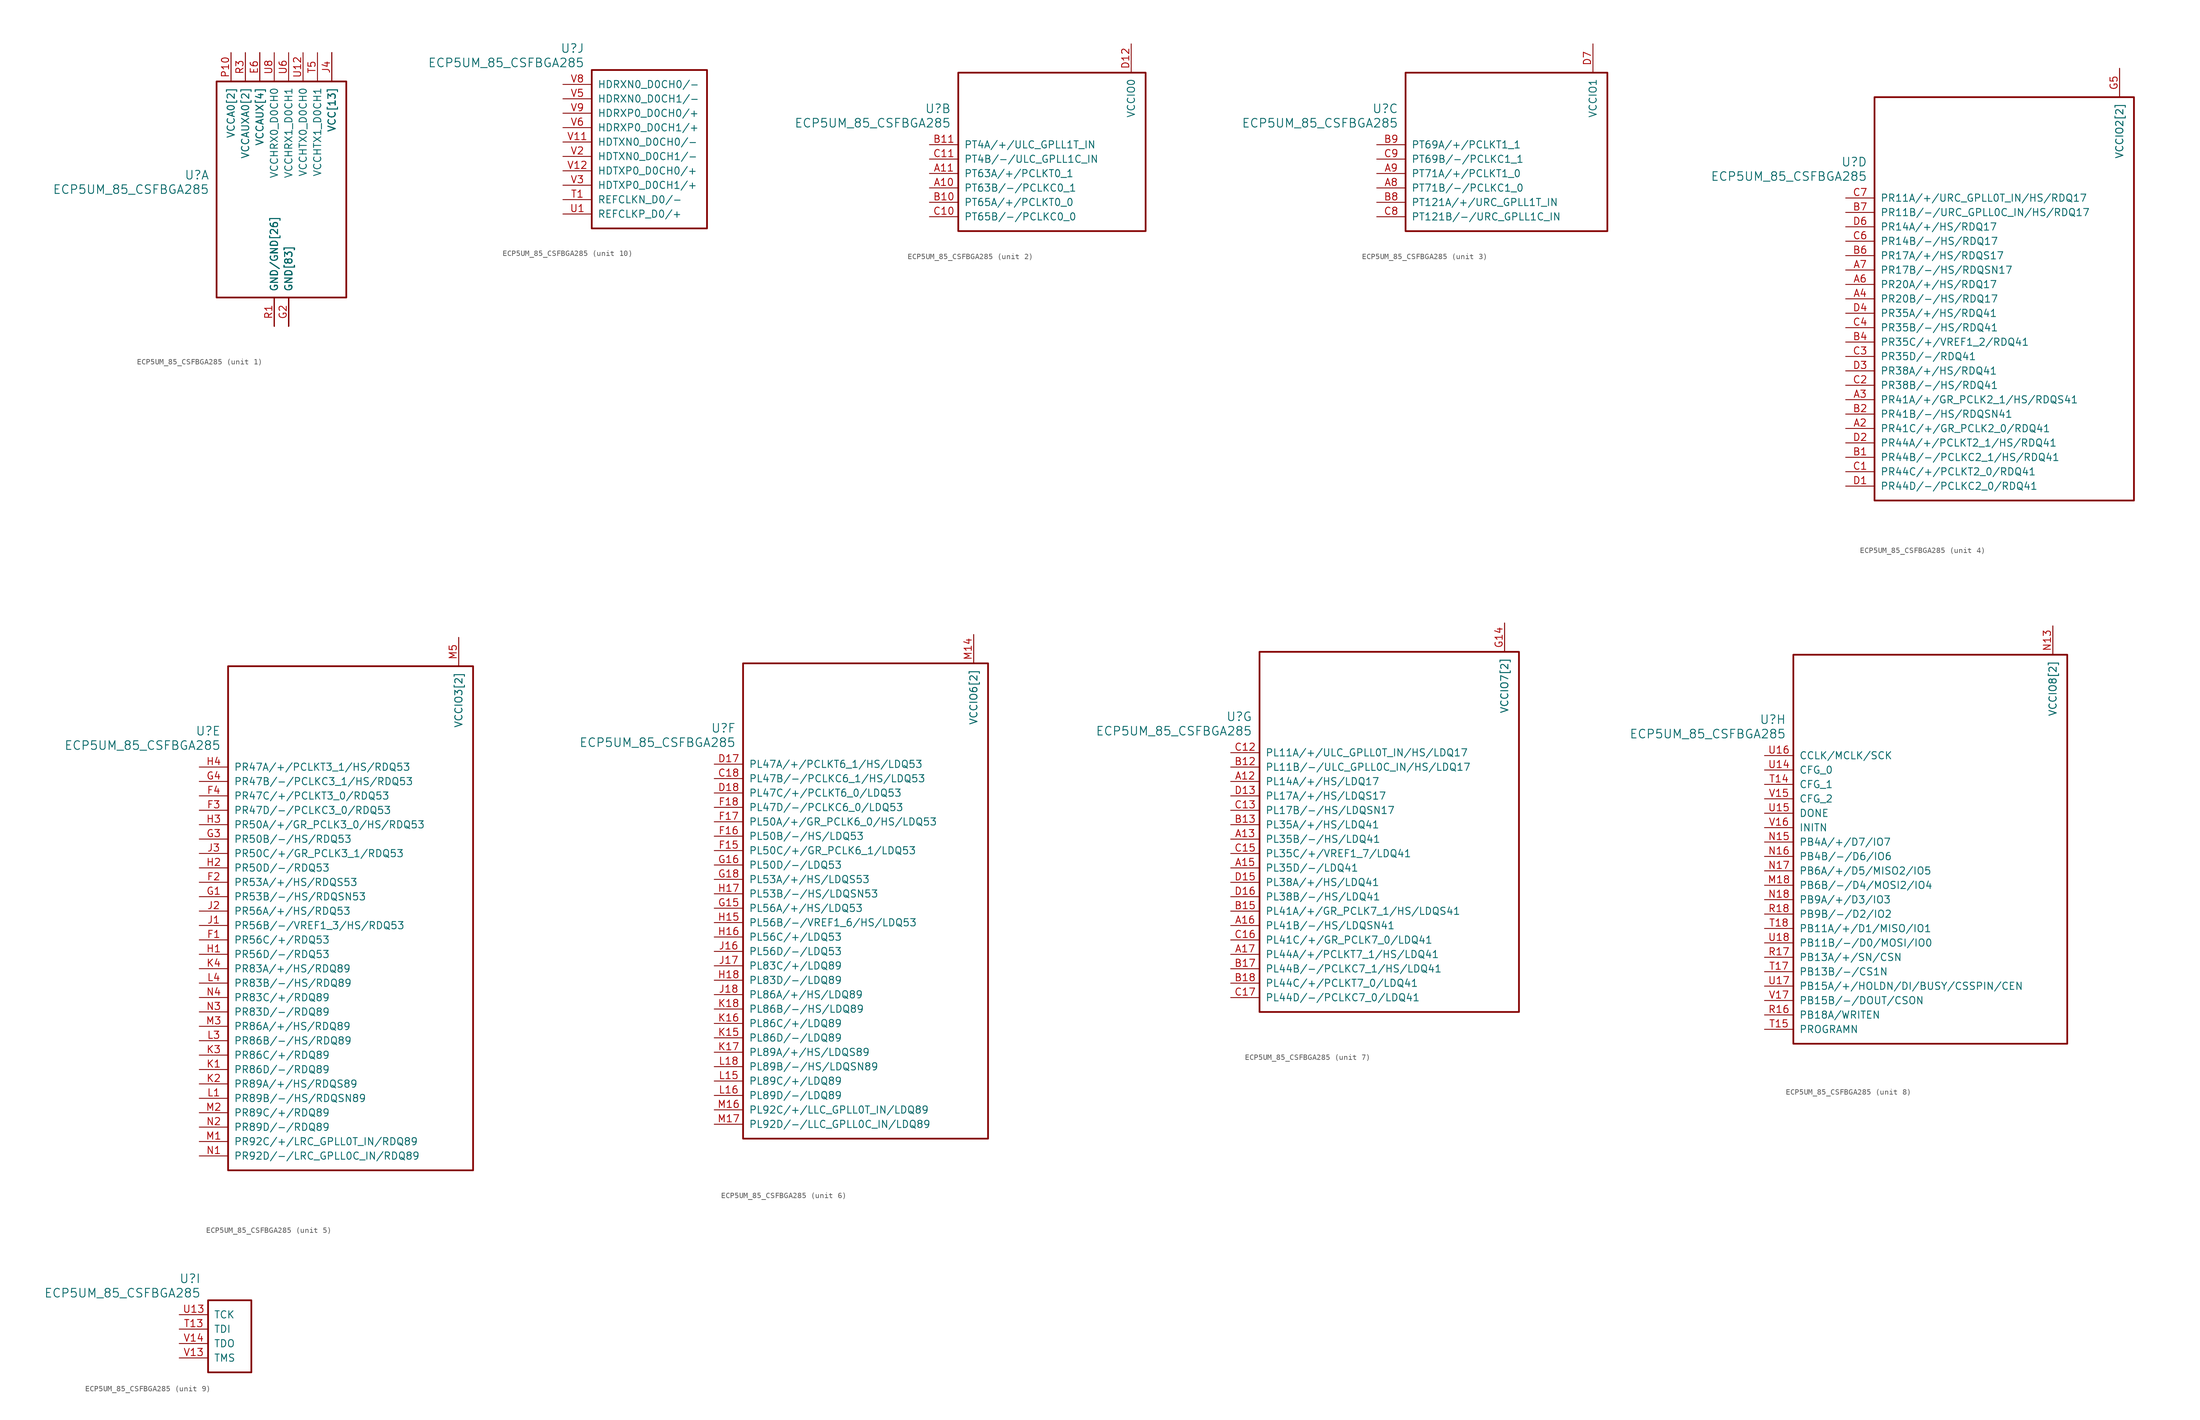
<source format=kicad_sym>
(kicad_symbol_lib
  (version 20231120)
  (generator "kicad_symbol_editor")
  (generator_version "8.0")
  (symbol "ECP5UM_85_CSFBGA285"
    (pin_names
      (offset 1.016))
    (property "Reference" "U"
      (at 3.81 6.35 0)
      (effects (font (size 1.524 1.524)) (justify right)))
    (property "Value" "ECP5UM_85_CSFBGA285"
      (at 3.81 3.81 0)
      (effects (font (size 1.524 1.524)) (justify right)))
    (property "ki_locked" ""
      (at 0 0 0)
      (effects (font (size 1.27 1.27))))
    (symbol "ECP5UM_85_CSFBGA285_1_1"
      (rectangle (start 5.08 22.86) (end 27.94 -15.24) (stroke (width 0.305) (type default)) (fill (type none)))
      (pin power_in line (at 17.78 -20.32 90) (length 5.08) (name "GND[83]" (effects (font (size 1.27 1.27)))) (number "B16" (effects (font (size 0 0)))))
      (pin power_in line (at 17.78 -20.32 90) (length 5.08) (name "GND[83]" (effects (font (size 1.27 1.27)))) (number "B3" (effects (font (size 0 0)))))
      (pin power_in line (at 25.4 27.94 270) (length 5.08) (name "VCC[13]" (effects (font (size 1.27 1.27)))) (number "D10" (effects (font (size 0 0)))))
      (pin power_in line (at 25.4 27.94 270) (length 5.08) (name "VCC[13]" (effects (font (size 1.27 1.27)))) (number "D11" (effects (font (size 0 0)))))
      (pin power_in line (at 25.4 27.94 270) (length 5.08) (name "VCC[13]" (effects (font (size 1.27 1.27)))) (number "D8" (effects (font (size 0 0)))))
      (pin power_in line (at 25.4 27.94 270) (length 5.08) (name "VCC[13]" (effects (font (size 1.27 1.27)))) (number "D9" (effects (font (size 0 0)))))
      (pin power_in line (at 17.78 -20.32 90) (length 5.08) (name "GND[83]" (effects (font (size 1.27 1.27)))) (number "E10" (effects (font (size 0 0)))))
      (pin power_in line (at 17.78 -20.32 90) (length 5.08) (name "GND[83]" (effects (font (size 1.27 1.27)))) (number "E11" (effects (font (size 0 0)))))
      (pin power_in line (at 17.78 -20.32 90) (length 5.08) (name "GND[83]" (effects (font (size 1.27 1.27)))) (number "E12" (effects (font (size 0 0)))))
      (pin power_in line (at 12.7 27.94 270) (length 5.08) (name "VCCAUX[4]" (effects (font (size 1.27 1.27)))) (number "E13" (effects (font (size 0 0)))))
      (pin power_in line (at 17.78 -20.32 90) (length 5.08) (name "GND[83]" (effects (font (size 1.27 1.27)))) (number "E14" (effects (font (size 0 0)))))
      (pin power_in line (at 17.78 -20.32 90) (length 5.08) (name "GND[83]" (effects (font (size 1.27 1.27)))) (number "E5" (effects (font (size 0 0)))))
      (pin power_in line (at 12.7 27.94 270) (length 5.08) (name "VCCAUX[4]" (effects (font (size 1.27 1.27)))) (number "E6" (effects (font (size 1.27 1.27)))))
      (pin power_in line (at 17.78 -20.32 90) (length 5.08) (name "GND[83]" (effects (font (size 1.27 1.27)))) (number "E7" (effects (font (size 0 0)))))
      (pin power_in line (at 17.78 -20.32 90) (length 5.08) (name "GND[83]" (effects (font (size 1.27 1.27)))) (number "E8" (effects (font (size 0 0)))))
      (pin power_in line (at 17.78 -20.32 90) (length 5.08) (name "GND[83]" (effects (font (size 1.27 1.27)))) (number "E9" (effects (font (size 0 0)))))
      (pin power_in line (at 17.78 -20.32 90) (length 5.08) (name "GND[83]" (effects (font (size 1.27 1.27)))) (number "F10" (effects (font (size 0 0)))))
      (pin power_in line (at 17.78 -20.32 90) (length 5.08) (name "GND[83]" (effects (font (size 1.27 1.27)))) (number "F11" (effects (font (size 0 0)))))
      (pin power_in line (at 17.78 -20.32 90) (length 5.08) (name "GND[83]" (effects (font (size 1.27 1.27)))) (number "F12" (effects (font (size 0 0)))))
      (pin power_in line (at 17.78 -20.32 90) (length 5.08) (name "GND[83]" (effects (font (size 1.27 1.27)))) (number "F13" (effects (font (size 0 0)))))
      (pin power_in line (at 17.78 -20.32 90) (length 5.08) (name "GND[83]" (effects (font (size 1.27 1.27)))) (number "F14" (effects (font (size 0 0)))))
      (pin power_in line (at 17.78 -20.32 90) (length 5.08) (name "GND[83]" (effects (font (size 1.27 1.27)))) (number "F5" (effects (font (size 0 0)))))
      (pin power_in line (at 17.78 -20.32 90) (length 5.08) (name "GND[83]" (effects (font (size 1.27 1.27)))) (number "F6" (effects (font (size 0 0)))))
      (pin power_in line (at 17.78 -20.32 90) (length 5.08) (name "GND[83]" (effects (font (size 1.27 1.27)))) (number "F7" (effects (font (size 0 0)))))
      (pin power_in line (at 17.78 -20.32 90) (length 5.08) (name "GND[83]" (effects (font (size 1.27 1.27)))) (number "F8" (effects (font (size 0 0)))))
      (pin power_in line (at 17.78 -20.32 90) (length 5.08) (name "GND[83]" (effects (font (size 1.27 1.27)))) (number "F9" (effects (font (size 0 0)))))
      (pin power_in line (at 17.78 -20.32 90) (length 5.08) (name "GND[83]" (effects (font (size 1.27 1.27)))) (number "G10" (effects (font (size 0 0)))))
      (pin power_in line (at 17.78 -20.32 90) (length 5.08) (name "GND[83]" (effects (font (size 1.27 1.27)))) (number "G11" (effects (font (size 0 0)))))
      (pin power_in line (at 17.78 -20.32 90) (length 5.08) (name "GND[83]" (effects (font (size 1.27 1.27)))) (number "G12" (effects (font (size 0 0)))))
      (pin power_in line (at 17.78 -20.32 90) (length 5.08) (name "GND[83]" (effects (font (size 1.27 1.27)))) (number "G13" (effects (font (size 0 0)))))
      (pin power_in line (at 17.78 -20.32 90) (length 5.08) (name "GND[83]" (effects (font (size 1.27 1.27)))) (number "G17" (effects (font (size 0 0)))))
      (pin power_in line (at 17.78 -20.32 90) (length 5.08) (name "GND[83]" (effects (font (size 1.27 1.27)))) (number "G2" (effects (font (size 1.27 1.27)))))
      (pin power_in line (at 17.78 -20.32 90) (length 5.08) (name "GND[83]" (effects (font (size 1.27 1.27)))) (number "G6" (effects (font (size 0 0)))))
      (pin power_in line (at 17.78 -20.32 90) (length 5.08) (name "GND[83]" (effects (font (size 1.27 1.27)))) (number "G7" (effects (font (size 0 0)))))
      (pin power_in line (at 17.78 -20.32 90) (length 5.08) (name "GND[83]" (effects (font (size 1.27 1.27)))) (number "G8" (effects (font (size 0 0)))))
      (pin power_in line (at 17.78 -20.32 90) (length 5.08) (name "GND[83]" (effects (font (size 1.27 1.27)))) (number "G9" (effects (font (size 0 0)))))
      (pin power_in line (at 17.78 -20.32 90) (length 5.08) (name "GND[83]" (effects (font (size 1.27 1.27)))) (number "H10" (effects (font (size 0 0)))))
      (pin power_in line (at 17.78 -20.32 90) (length 5.08) (name "GND[83]" (effects (font (size 1.27 1.27)))) (number "H11" (effects (font (size 0 0)))))
      (pin power_in line (at 17.78 -20.32 90) (length 5.08) (name "GND[83]" (effects (font (size 1.27 1.27)))) (number "H12" (effects (font (size 0 0)))))
      (pin power_in line (at 17.78 -20.32 90) (length 5.08) (name "GND[83]" (effects (font (size 1.27 1.27)))) (number "H13" (effects (font (size 0 0)))))
      (pin power_in line (at 17.78 -20.32 90) (length 5.08) (name "GND[83]" (effects (font (size 1.27 1.27)))) (number "H6" (effects (font (size 0 0)))))
      (pin power_in line (at 17.78 -20.32 90) (length 5.08) (name "GND[83]" (effects (font (size 1.27 1.27)))) (number "H7" (effects (font (size 0 0)))))
      (pin power_in line (at 17.78 -20.32 90) (length 5.08) (name "GND[83]" (effects (font (size 1.27 1.27)))) (number "H8" (effects (font (size 0 0)))))
      (pin power_in line (at 17.78 -20.32 90) (length 5.08) (name "GND[83]" (effects (font (size 1.27 1.27)))) (number "H9" (effects (font (size 0 0)))))
      (pin power_in line (at 17.78 -20.32 90) (length 5.08) (name "GND[83]" (effects (font (size 1.27 1.27)))) (number "J10" (effects (font (size 0 0)))))
      (pin power_in line (at 17.78 -20.32 90) (length 5.08) (name "GND[83]" (effects (font (size 1.27 1.27)))) (number "J11" (effects (font (size 0 0)))))
      (pin power_in line (at 17.78 -20.32 90) (length 5.08) (name "GND[83]" (effects (font (size 1.27 1.27)))) (number "J12" (effects (font (size 0 0)))))
      (pin power_in line (at 17.78 -20.32 90) (length 5.08) (name "GND[83]" (effects (font (size 1.27 1.27)))) (number "J13" (effects (font (size 0 0)))))
      (pin power_in line (at 25.4 27.94 270) (length 5.08) (name "VCC[13]" (effects (font (size 1.27 1.27)))) (number "J14" (effects (font (size 0 0)))))
      (pin power_in line (at 25.4 27.94 270) (length 5.08) (name "VCC[13]" (effects (font (size 1.27 1.27)))) (number "J15" (effects (font (size 0 0)))))
      (pin power_in line (at 25.4 27.94 270) (length 5.08) (name "VCC[13]" (effects (font (size 1.27 1.27)))) (number "J4" (effects (font (size 1.27 1.27)))))
      (pin power_in line (at 25.4 27.94 270) (length 5.08) (name "VCC[13]" (effects (font (size 1.27 1.27)))) (number "J5" (effects (font (size 0 0)))))
      (pin power_in line (at 17.78 -20.32 90) (length 5.08) (name "GND[83]" (effects (font (size 1.27 1.27)))) (number "J6" (effects (font (size 0 0)))))
      (pin power_in line (at 17.78 -20.32 90) (length 5.08) (name "GND[83]" (effects (font (size 1.27 1.27)))) (number "J7" (effects (font (size 0 0)))))
      (pin power_in line (at 17.78 -20.32 90) (length 5.08) (name "GND[83]" (effects (font (size 1.27 1.27)))) (number "J8" (effects (font (size 0 0)))))
      (pin power_in line (at 17.78 -20.32 90) (length 5.08) (name "GND[83]" (effects (font (size 1.27 1.27)))) (number "J9" (effects (font (size 0 0)))))
      (pin power_in line (at 17.78 -20.32 90) (length 5.08) (name "GND[83]" (effects (font (size 1.27 1.27)))) (number "K10" (effects (font (size 0 0)))))
      (pin power_in line (at 17.78 -20.32 90) (length 5.08) (name "GND[83]" (effects (font (size 1.27 1.27)))) (number "K11" (effects (font (size 0 0)))))
      (pin power_in line (at 17.78 -20.32 90) (length 5.08) (name "GND[83]" (effects (font (size 1.27 1.27)))) (number "K12" (effects (font (size 0 0)))))
      (pin power_in line (at 17.78 -20.32 90) (length 5.08) (name "GND[83]" (effects (font (size 1.27 1.27)))) (number "K13" (effects (font (size 0 0)))))
      (pin power_in line (at 17.78 -20.32 90) (length 5.08) (name "GND[83]" (effects (font (size 1.27 1.27)))) (number "K14" (effects (font (size 0 0)))))
      (pin power_in line (at 17.78 -20.32 90) (length 5.08) (name "GND[83]" (effects (font (size 1.27 1.27)))) (number "K5" (effects (font (size 0 0)))))
      (pin power_in line (at 17.78 -20.32 90) (length 5.08) (name "GND[83]" (effects (font (size 1.27 1.27)))) (number "K6" (effects (font (size 0 0)))))
      (pin power_in line (at 17.78 -20.32 90) (length 5.08) (name "GND[83]" (effects (font (size 1.27 1.27)))) (number "K7" (effects (font (size 0 0)))))
      (pin power_in line (at 17.78 -20.32 90) (length 5.08) (name "GND[83]" (effects (font (size 1.27 1.27)))) (number "K8" (effects (font (size 0 0)))))
      (pin power_in line (at 17.78 -20.32 90) (length 5.08) (name "GND[83]" (effects (font (size 1.27 1.27)))) (number "K9" (effects (font (size 0 0)))))
      (pin power_in line (at 17.78 -20.32 90) (length 5.08) (name "GND[83]" (effects (font (size 1.27 1.27)))) (number "L10" (effects (font (size 0 0)))))
      (pin power_in line (at 17.78 -20.32 90) (length 5.08) (name "GND[83]" (effects (font (size 1.27 1.27)))) (number "L11" (effects (font (size 0 0)))))
      (pin power_in line (at 17.78 -20.32 90) (length 5.08) (name "GND[83]" (effects (font (size 1.27 1.27)))) (number "L12" (effects (font (size 0 0)))))
      (pin power_in line (at 17.78 -20.32 90) (length 5.08) (name "GND[83]" (effects (font (size 1.27 1.27)))) (number "L13" (effects (font (size 0 0)))))
      (pin power_in line (at 17.78 -20.32 90) (length 5.08) (name "GND[83]" (effects (font (size 1.27 1.27)))) (number "L14" (effects (font (size 0 0)))))
      (pin power_in line (at 17.78 -20.32 90) (length 5.08) (name "GND[83]" (effects (font (size 1.27 1.27)))) (number "L17" (effects (font (size 0 0)))))
      (pin power_in line (at 17.78 -20.32 90) (length 5.08) (name "GND[83]" (effects (font (size 1.27 1.27)))) (number "L2" (effects (font (size 0 0)))))
      (pin power_in line (at 17.78 -20.32 90) (length 5.08) (name "GND[83]" (effects (font (size 1.27 1.27)))) (number "L5" (effects (font (size 0 0)))))
      (pin power_in line (at 17.78 -20.32 90) (length 5.08) (name "GND[83]" (effects (font (size 1.27 1.27)))) (number "L6" (effects (font (size 0 0)))))
      (pin power_in line (at 17.78 -20.32 90) (length 5.08) (name "GND[83]" (effects (font (size 1.27 1.27)))) (number "L7" (effects (font (size 0 0)))))
      (pin power_in line (at 17.78 -20.32 90) (length 5.08) (name "GND[83]" (effects (font (size 1.27 1.27)))) (number "L8" (effects (font (size 0 0)))))
      (pin power_in line (at 17.78 -20.32 90) (length 5.08) (name "GND[83]" (effects (font (size 1.27 1.27)))) (number "L9" (effects (font (size 0 0)))))
      (pin power_in line (at 17.78 -20.32 90) (length 5.08) (name "GND[83]" (effects (font (size 1.27 1.27)))) (number "M10" (effects (font (size 0 0)))))
      (pin power_in line (at 17.78 -20.32 90) (length 5.08) (name "GND[83]" (effects (font (size 1.27 1.27)))) (number "M11" (effects (font (size 0 0)))))
      (pin power_in line (at 17.78 -20.32 90) (length 5.08) (name "GND[83]" (effects (font (size 1.27 1.27)))) (number "M12" (effects (font (size 0 0)))))
      (pin power_in line (at 17.78 -20.32 90) (length 5.08) (name "GND[83]" (effects (font (size 1.27 1.27)))) (number "M13" (effects (font (size 0 0)))))
      (pin power_in line (at 25.4 27.94 270) (length 5.08) (name "VCC[13]" (effects (font (size 1.27 1.27)))) (number "M15" (effects (font (size 0 0)))))
      (pin power_in line (at 25.4 27.94 270) (length 5.08) (name "VCC[13]" (effects (font (size 1.27 1.27)))) (number "M4" (effects (font (size 0 0)))))
      (pin power_in line (at 17.78 -20.32 90) (length 5.08) (name "GND[83]" (effects (font (size 1.27 1.27)))) (number "M6" (effects (font (size 0 0)))))
      (pin power_in line (at 17.78 -20.32 90) (length 5.08) (name "GND[83]" (effects (font (size 1.27 1.27)))) (number "M7" (effects (font (size 0 0)))))
      (pin power_in line (at 17.78 -20.32 90) (length 5.08) (name "GND[83]" (effects (font (size 1.27 1.27)))) (number "M8" (effects (font (size 0 0)))))
      (pin power_in line (at 17.78 -20.32 90) (length 5.08) (name "GND[83]" (effects (font (size 1.27 1.27)))) (number "M9" (effects (font (size 0 0)))))
      (pin power_in line (at 17.78 -20.32 90) (length 5.08) (name "GND[83]" (effects (font (size 1.27 1.27)))) (number "N10" (effects (font (size 0 0)))))
      (pin power_in line (at 17.78 -20.32 90) (length 5.08) (name "GND[83]" (effects (font (size 1.27 1.27)))) (number "N11" (effects (font (size 0 0)))))
      (pin power_in line (at 17.78 -20.32 90) (length 5.08) (name "GND[83]" (effects (font (size 1.27 1.27)))) (number "N12" (effects (font (size 0 0)))))
      (pin power_in line (at 12.7 27.94 270) (length 5.08) (name "VCCAUX[4]" (effects (font (size 1.27 1.27)))) (number "N6" (effects (font (size 0 0)))))
      (pin power_in line (at 17.78 -20.32 90) (length 5.08) (name "GND[83]" (effects (font (size 1.27 1.27)))) (number "N7" (effects (font (size 0 0)))))
      (pin power_in line (at 17.78 -20.32 90) (length 5.08) (name "GND[83]" (effects (font (size 1.27 1.27)))) (number "N8" (effects (font (size 0 0)))))
      (pin power_in line (at 17.78 -20.32 90) (length 5.08) (name "GND[83]" (effects (font (size 1.27 1.27)))) (number "N9" (effects (font (size 0 0)))))
      (pin power_in line (at 7.62 27.94 270) (length 5.08) (name "VCCA0[2]" (effects (font (size 1.27 1.27)))) (number "P10" (effects (font (size 1.27 1.27)))))
      (pin power_in line (at 25.4 27.94 270) (length 5.08) (name "VCC[13]" (effects (font (size 1.27 1.27)))) (number "P11" (effects (font (size 0 0)))))
      (pin power_in line (at 15.24 -20.32 90) (length 5.08) (name "GND/GND[26]" (effects (font (size 1.27 1.27)))) (number "P12" (effects (font (size 0 0)))))
      (pin power_in line (at 12.7 27.94 270) (length 5.08) (name "VCCAUX[4]" (effects (font (size 1.27 1.27)))) (number "P13" (effects (font (size 0 0)))))
      (pin power_in line (at 10.16 27.94 270) (length 5.08) (name "VCCAUXA0[2]" (effects (font (size 1.27 1.27)))) (number "P5" (effects (font (size 0 0)))))
      (pin power_in line (at 15.24 -20.32 90) (length 5.08) (name "GND/GND[26]" (effects (font (size 1.27 1.27)))) (number "P6" (effects (font (size 0 0)))))
      (pin power_in line (at 25.4 27.94 270) (length 5.08) (name "VCC[13]" (effects (font (size 1.27 1.27)))) (number "P7" (effects (font (size 0 0)))))
      (pin power_in line (at 15.24 -20.32 90) (length 5.08) (name "GND/GND[26]" (effects (font (size 1.27 1.27)))) (number "P8" (effects (font (size 0 0)))))
      (pin power_in line (at 25.4 27.94 270) (length 5.08) (name "VCC[13]" (effects (font (size 1.27 1.27)))) (number "P9" (effects (font (size 0 0)))))
      (pin power_in line (at 15.24 -20.32 90) (length 5.08) (name "GND/GND[26]" (effects (font (size 1.27 1.27)))) (number "R1" (effects (font (size 1.27 1.27)))))
      (pin power_in line (at 7.62 27.94 270) (length 5.08) (name "VCCA0[2]" (effects (font (size 1.27 1.27)))) (number "R10" (effects (font (size 0 0)))))
      (pin power_in line (at 15.24 -20.32 90) (length 5.08) (name "GND/GND[26]" (effects (font (size 1.27 1.27)))) (number "R2" (effects (font (size 0 0)))))
      (pin power_in line (at 10.16 27.94 270) (length 5.08) (name "VCCAUXA0[2]" (effects (font (size 1.27 1.27)))) (number "R3" (effects (font (size 1.27 1.27)))))
      (pin power_in line (at 15.24 -20.32 90) (length 5.08) (name "GND/GND[26]" (effects (font (size 1.27 1.27)))) (number "T10" (effects (font (size 0 0)))))
      (pin power_in line (at 15.24 -20.32 90) (length 5.08) (name "GND/GND[26]" (effects (font (size 1.27 1.27)))) (number "T11" (effects (font (size 0 0)))))
      (pin power_in line (at 15.24 -20.32 90) (length 5.08) (name "GND/GND[26]" (effects (font (size 1.27 1.27)))) (number "T12" (effects (font (size 0 0)))))
      (pin power_in line (at 17.78 -20.32 90) (length 5.08) (name "GND[83]" (effects (font (size 1.27 1.27)))) (number "T16" (effects (font (size 0 0)))))
      (pin power_in line (at 15.24 -20.32 90) (length 5.08) (name "GND/GND[26]" (effects (font (size 1.27 1.27)))) (number "T2" (effects (font (size 0 0)))))
      (pin power_in line (at 15.24 -20.32 90) (length 5.08) (name "GND/GND[26]" (effects (font (size 1.27 1.27)))) (number "T3" (effects (font (size 0 0)))))
      (pin power_in line (at 15.24 -20.32 90) (length 5.08) (name "GND/GND[26]" (effects (font (size 1.27 1.27)))) (number "T4" (effects (font (size 0 0)))))
      (pin power_in line (at 22.86 27.94 270) (length 5.08) (name "VCCHTX1_D0CH1" (effects (font (size 1.27 1.27)))) (number "T5" (effects (font (size 1.27 1.27)))))
      (pin power_in line (at 15.24 -20.32 90) (length 5.08) (name "GND/GND[26]" (effects (font (size 1.27 1.27)))) (number "T6" (effects (font (size 0 0)))))
      (pin power_in line (at 15.24 -20.32 90) (length 5.08) (name "GND/GND[26]" (effects (font (size 1.27 1.27)))) (number "T7" (effects (font (size 0 0)))))
      (pin power_in line (at 15.24 -20.32 90) (length 5.08) (name "GND/GND[26]" (effects (font (size 1.27 1.27)))) (number "T8" (effects (font (size 0 0)))))
      (pin power_in line (at 15.24 -20.32 90) (length 5.08) (name "GND/GND[26]" (effects (font (size 1.27 1.27)))) (number "T9" (effects (font (size 0 0)))))
      (pin power_in line (at 15.24 -20.32 90) (length 5.08) (name "GND/GND[26]" (effects (font (size 1.27 1.27)))) (number "U10" (effects (font (size 0 0)))))
      (pin power_in line (at 15.24 -20.32 90) (length 5.08) (name "GND/GND[26]" (effects (font (size 1.27 1.27)))) (number "U11" (effects (font (size 0 0)))))
      (pin power_in line (at 20.32 27.94 270) (length 5.08) (name "VCCHTX0_D0CH0" (effects (font (size 1.27 1.27)))) (number "U12" (effects (font (size 1.27 1.27)))))
      (pin power_in line (at 15.24 -20.32 90) (length 5.08) (name "GND/GND[26]" (effects (font (size 1.27 1.27)))) (number "U2" (effects (font (size 0 0)))))
      (pin power_in line (at 15.24 -20.32 90) (length 5.08) (name "GND/GND[26]" (effects (font (size 1.27 1.27)))) (number "U3" (effects (font (size 0 0)))))
      (pin power_in line (at 15.24 -20.32 90) (length 5.08) (name "GND/GND[26]" (effects (font (size 1.27 1.27)))) (number "U4" (effects (font (size 0 0)))))
      (pin power_in line (at 15.24 -20.32 90) (length 5.08) (name "GND/GND[26]" (effects (font (size 1.27 1.27)))) (number "U5" (effects (font (size 0 0)))))
      (pin power_in line (at 17.78 27.94 270) (length 5.08) (name "VCCHRX1_D0CH1" (effects (font (size 1.27 1.27)))) (number "U6" (effects (font (size 1.27 1.27)))))
      (pin power_in line (at 15.24 -20.32 90) (length 5.08) (name "GND/GND[26]" (effects (font (size 1.27 1.27)))) (number "U7" (effects (font (size 0 0)))))
      (pin power_in line (at 15.24 27.94 270) (length 5.08) (name "VCCHRX0_D0CH0" (effects (font (size 1.27 1.27)))) (number "U8" (effects (font (size 1.27 1.27)))))
      (pin power_in line (at 15.24 -20.32 90) (length 5.08) (name "GND/GND[26]" (effects (font (size 1.27 1.27)))) (number "U9" (effects (font (size 0 0)))))
      (pin power_in line (at 15.24 -20.32 90) (length 5.08) (name "GND/GND[26]" (effects (font (size 1.27 1.27)))) (number "V10" (effects (font (size 0 0)))))
      (pin power_in line (at 15.24 -20.32 90) (length 5.08) (name "GND/GND[26]" (effects (font (size 1.27 1.27)))) (number "V4" (effects (font (size 0 0)))))
      (pin power_in line (at 15.24 -20.32 90) (length 5.08) (name "GND/GND[26]" (effects (font (size 1.27 1.27)))) (number "V7" (effects (font (size 0 0))))))
    (symbol "ECP5UM_85_CSFBGA285_2_1"
      (rectangle (start 5.08 12.7) (end 38.1 -15.24) (stroke (width 0.305) (type default)) (fill (type none)))
      (pin bidirectional line (at 0 -7.62 0) (length 5.08) (name "PT63B/-/PCLKC0_1" (effects (font (size 1.27 1.27)))) (number "A10" (effects (font (size 1.27 1.27)))))
      (pin bidirectional line (at 0 -5.08 0) (length 5.08) (name "PT63A/+/PCLKT0_1" (effects (font (size 1.27 1.27)))) (number "A11" (effects (font (size 1.27 1.27)))))
      (pin bidirectional line (at 0 -10.16 0) (length 5.08) (name "PT65A/+/PCLKT0_0" (effects (font (size 1.27 1.27)))) (number "B10" (effects (font (size 1.27 1.27)))))
      (pin bidirectional line (at 0 0 0) (length 5.08) (name "PT4A/+/ULC_GPLL1T_IN" (effects (font (size 1.27 1.27)))) (number "B11" (effects (font (size 1.27 1.27)))))
      (pin bidirectional line (at 0 -12.7 0) (length 5.08) (name "PT65B/-/PCLKC0_0" (effects (font (size 1.27 1.27)))) (number "C10" (effects (font (size 1.27 1.27)))))
      (pin bidirectional line (at 0 -2.54 0) (length 5.08) (name "PT4B/-/ULC_GPLL1C_IN" (effects (font (size 1.27 1.27)))) (number "C11" (effects (font (size 1.27 1.27)))))
      (pin power_in line (at 35.56 17.78 270) (length 5.08) (name "VCCIO0" (effects (font (size 1.27 1.27)))) (number "D12" (effects (font (size 1.27 1.27))))))
    (symbol "ECP5UM_85_CSFBGA285_3_1"
      (rectangle (start 5.08 12.7) (end 40.64 -15.24) (stroke (width 0.305) (type default)) (fill (type none)))
      (pin bidirectional line (at 0 -7.62 0) (length 5.08) (name "PT71B/-/PCLKC1_0" (effects (font (size 1.27 1.27)))) (number "A8" (effects (font (size 1.27 1.27)))))
      (pin bidirectional line (at 0 -5.08 0) (length 5.08) (name "PT71A/+/PCLKT1_0" (effects (font (size 1.27 1.27)))) (number "A9" (effects (font (size 1.27 1.27)))))
      (pin bidirectional line (at 0 -10.16 0) (length 5.08) (name "PT121A/+/URC_GPLL1T_IN" (effects (font (size 1.27 1.27)))) (number "B8" (effects (font (size 1.27 1.27)))))
      (pin bidirectional line (at 0 0 0) (length 5.08) (name "PT69A/+/PCLKT1_1" (effects (font (size 1.27 1.27)))) (number "B9" (effects (font (size 1.27 1.27)))))
      (pin bidirectional line (at 0 -12.7 0) (length 5.08) (name "PT121B/-/URC_GPLL1C_IN" (effects (font (size 1.27 1.27)))) (number "C8" (effects (font (size 1.27 1.27)))))
      (pin bidirectional line (at 0 -2.54 0) (length 5.08) (name "PT69B/-/PCLKC1_1" (effects (font (size 1.27 1.27)))) (number "C9" (effects (font (size 1.27 1.27)))))
      (pin power_in line (at 38.1 17.78 270) (length 5.08) (name "VCCIO1" (effects (font (size 1.27 1.27)))) (number "D7" (effects (font (size 1.27 1.27))))))
    (symbol "ECP5UM_85_CSFBGA285_4_1"
      (rectangle (start 5.08 17.78) (end 50.8 -53.34) (stroke (width 0.305) (type default)) (fill (type none)))
      (pin bidirectional line (at 0 -40.64 0) (length 5.08) (name "PR41C/+/GR_PCLK2_0/RDQ41" (effects (font (size 1.27 1.27)))) (number "A2" (effects (font (size 1.27 1.27)))))
      (pin bidirectional line (at 0 -35.56 0) (length 5.08) (name "PR41A/+/GR_PCLK2_1/HS/RDQS41" (effects (font (size 1.27 1.27)))) (number "A3" (effects (font (size 1.27 1.27)))))
      (pin bidirectional line (at 0 -17.78 0) (length 5.08) (name "PR20B/-/HS/RDQ17" (effects (font (size 1.27 1.27)))) (number "A4" (effects (font (size 1.27 1.27)))))
      (pin bidirectional line (at 0 -15.24 0) (length 5.08) (name "PR20A/+/HS/RDQ17" (effects (font (size 1.27 1.27)))) (number "A6" (effects (font (size 1.27 1.27)))))
      (pin bidirectional line (at 0 -12.7 0) (length 5.08) (name "PR17B/-/HS/RDQSN17" (effects (font (size 1.27 1.27)))) (number "A7" (effects (font (size 1.27 1.27)))))
      (pin bidirectional line (at 0 -45.72 0) (length 5.08) (name "PR44B/-/PCLKC2_1/HS/RDQ41" (effects (font (size 1.27 1.27)))) (number "B1" (effects (font (size 1.27 1.27)))))
      (pin bidirectional line (at 0 -38.1 0) (length 5.08) (name "PR41B/-/HS/RDQSN41" (effects (font (size 1.27 1.27)))) (number "B2" (effects (font (size 1.27 1.27)))))
      (pin bidirectional line (at 0 -25.4 0) (length 5.08) (name "PR35C/+/VREF1_2/RDQ41" (effects (font (size 1.27 1.27)))) (number "B4" (effects (font (size 1.27 1.27)))))
      (pin bidirectional line (at 0 -10.16 0) (length 5.08) (name "PR17A/+/HS/RDQS17" (effects (font (size 1.27 1.27)))) (number "B6" (effects (font (size 1.27 1.27)))))
      (pin bidirectional line (at 0 -2.54 0) (length 5.08) (name "PR11B/-/URC_GPLL0C_IN/HS/RDQ17" (effects (font (size 1.27 1.27)))) (number "B7" (effects (font (size 1.27 1.27)))))
      (pin bidirectional line (at 0 -48.26 0) (length 5.08) (name "PR44C/+/PCLKT2_0/RDQ41" (effects (font (size 1.27 1.27)))) (number "C1" (effects (font (size 1.27 1.27)))))
      (pin bidirectional line (at 0 -33.02 0) (length 5.08) (name "PR38B/-/HS/RDQ41" (effects (font (size 1.27 1.27)))) (number "C2" (effects (font (size 1.27 1.27)))))
      (pin bidirectional line (at 0 -27.94 0) (length 5.08) (name "PR35D/-/RDQ41" (effects (font (size 1.27 1.27)))) (number "C3" (effects (font (size 1.27 1.27)))))
      (pin bidirectional line (at 0 -22.86 0) (length 5.08) (name "PR35B/-/HS/RDQ41" (effects (font (size 1.27 1.27)))) (number "C4" (effects (font (size 1.27 1.27)))))
      (pin bidirectional line (at 0 -7.62 0) (length 5.08) (name "PR14B/-/HS/RDQ17" (effects (font (size 1.27 1.27)))) (number "C6" (effects (font (size 1.27 1.27)))))
      (pin bidirectional line (at 0 0 0) (length 5.08) (name "PR11A/+/URC_GPLL0T_IN/HS/RDQ17" (effects (font (size 1.27 1.27)))) (number "C7" (effects (font (size 1.27 1.27)))))
      (pin bidirectional line (at 0 -50.8 0) (length 5.08) (name "PR44D/-/PCLKC2_0/RDQ41" (effects (font (size 1.27 1.27)))) (number "D1" (effects (font (size 1.27 1.27)))))
      (pin bidirectional line (at 0 -43.18 0) (length 5.08) (name "PR44A/+/PCLKT2_1/HS/RDQ41" (effects (font (size 1.27 1.27)))) (number "D2" (effects (font (size 1.27 1.27)))))
      (pin bidirectional line (at 0 -30.48 0) (length 5.08) (name "PR38A/+/HS/RDQ41" (effects (font (size 1.27 1.27)))) (number "D3" (effects (font (size 1.27 1.27)))))
      (pin bidirectional line (at 0 -20.32 0) (length 5.08) (name "PR35A/+/HS/RDQ41" (effects (font (size 1.27 1.27)))) (number "D4" (effects (font (size 1.27 1.27)))))
      (pin bidirectional line (at 0 -5.08 0) (length 5.08) (name "PR14A/+/HS/RDQ17" (effects (font (size 1.27 1.27)))) (number "D6" (effects (font (size 1.27 1.27)))))
      (pin power_in line (at 48.26 22.86 270) (length 5.08) (name "VCCIO2[2]" (effects (font (size 1.27 1.27)))) (number "G5" (effects (font (size 1.27 1.27)))))
      (pin power_in line (at 48.26 22.86 270) (length 5.08) (name "VCCIO2[2]" (effects (font (size 1.27 1.27)))) (number "H5" (effects (font (size 0 0))))))
    (symbol "ECP5UM_85_CSFBGA285_5_1"
      (rectangle (start 5.08 17.78) (end 48.26 -71.12) (stroke (width 0.305) (type default)) (fill (type none)))
      (pin bidirectional line (at 0 -30.48 0) (length 5.08) (name "PR56C/+/RDQ53" (effects (font (size 1.27 1.27)))) (number "F1" (effects (font (size 1.27 1.27)))))
      (pin bidirectional line (at 0 -20.32 0) (length 5.08) (name "PR53A/+/HS/RDQS53" (effects (font (size 1.27 1.27)))) (number "F2" (effects (font (size 1.27 1.27)))))
      (pin bidirectional line (at 0 -7.62 0) (length 5.08) (name "PR47D/-/PCLKC3_0/RDQ53" (effects (font (size 1.27 1.27)))) (number "F3" (effects (font (size 1.27 1.27)))))
      (pin bidirectional line (at 0 -5.08 0) (length 5.08) (name "PR47C/+/PCLKT3_0/RDQ53" (effects (font (size 1.27 1.27)))) (number "F4" (effects (font (size 1.27 1.27)))))
      (pin bidirectional line (at 0 -22.86 0) (length 5.08) (name "PR53B/-/HS/RDQSN53" (effects (font (size 1.27 1.27)))) (number "G1" (effects (font (size 1.27 1.27)))))
      (pin bidirectional line (at 0 -12.7 0) (length 5.08) (name "PR50B/-/HS/RDQ53" (effects (font (size 1.27 1.27)))) (number "G3" (effects (font (size 1.27 1.27)))))
      (pin bidirectional line (at 0 -2.54 0) (length 5.08) (name "PR47B/-/PCLKC3_1/HS/RDQ53" (effects (font (size 1.27 1.27)))) (number "G4" (effects (font (size 1.27 1.27)))))
      (pin bidirectional line (at 0 -33.02 0) (length 5.08) (name "PR56D/-/RDQ53" (effects (font (size 1.27 1.27)))) (number "H1" (effects (font (size 1.27 1.27)))))
      (pin bidirectional line (at 0 -17.78 0) (length 5.08) (name "PR50D/-/RDQ53" (effects (font (size 1.27 1.27)))) (number "H2" (effects (font (size 1.27 1.27)))))
      (pin bidirectional line (at 0 -10.16 0) (length 5.08) (name "PR50A/+/GR_PCLK3_0/HS/RDQ53" (effects (font (size 1.27 1.27)))) (number "H3" (effects (font (size 1.27 1.27)))))
      (pin bidirectional line (at 0 0 0) (length 5.08) (name "PR47A/+/PCLKT3_1/HS/RDQ53" (effects (font (size 1.27 1.27)))) (number "H4" (effects (font (size 1.27 1.27)))))
      (pin bidirectional line (at 0 -27.94 0) (length 5.08) (name "PR56B/-/VREF1_3/HS/RDQ53" (effects (font (size 1.27 1.27)))) (number "J1" (effects (font (size 1.27 1.27)))))
      (pin bidirectional line (at 0 -25.4 0) (length 5.08) (name "PR56A/+/HS/RDQ53" (effects (font (size 1.27 1.27)))) (number "J2" (effects (font (size 1.27 1.27)))))
      (pin bidirectional line (at 0 -15.24 0) (length 5.08) (name "PR50C/+/GR_PCLK3_1/RDQ53" (effects (font (size 1.27 1.27)))) (number "J3" (effects (font (size 1.27 1.27)))))
      (pin bidirectional line (at 0 -53.34 0) (length 5.08) (name "PR86D/-/RDQ89" (effects (font (size 1.27 1.27)))) (number "K1" (effects (font (size 1.27 1.27)))))
      (pin bidirectional line (at 0 -55.88 0) (length 5.08) (name "PR89A/+/HS/RDQS89" (effects (font (size 1.27 1.27)))) (number "K2" (effects (font (size 1.27 1.27)))))
      (pin bidirectional line (at 0 -50.8 0) (length 5.08) (name "PR86C/+/RDQ89" (effects (font (size 1.27 1.27)))) (number "K3" (effects (font (size 1.27 1.27)))))
      (pin bidirectional line (at 0 -35.56 0) (length 5.08) (name "PR83A/+/HS/RDQ89" (effects (font (size 1.27 1.27)))) (number "K4" (effects (font (size 1.27 1.27)))))
      (pin bidirectional line (at 0 -58.42 0) (length 5.08) (name "PR89B/-/HS/RDQSN89" (effects (font (size 1.27 1.27)))) (number "L1" (effects (font (size 1.27 1.27)))))
      (pin bidirectional line (at 0 -48.26 0) (length 5.08) (name "PR86B/-/HS/RDQ89" (effects (font (size 1.27 1.27)))) (number "L3" (effects (font (size 1.27 1.27)))))
      (pin bidirectional line (at 0 -38.1 0) (length 5.08) (name "PR83B/-/HS/RDQ89" (effects (font (size 1.27 1.27)))) (number "L4" (effects (font (size 1.27 1.27)))))
      (pin bidirectional line (at 0 -66.04 0) (length 5.08) (name "PR92C/+/LRC_GPLL0T_IN/RDQ89" (effects (font (size 1.27 1.27)))) (number "M1" (effects (font (size 1.27 1.27)))))
      (pin bidirectional line (at 0 -60.96 0) (length 5.08) (name "PR89C/+/RDQ89" (effects (font (size 1.27 1.27)))) (number "M2" (effects (font (size 1.27 1.27)))))
      (pin bidirectional line (at 0 -45.72 0) (length 5.08) (name "PR86A/+/HS/RDQ89" (effects (font (size 1.27 1.27)))) (number "M3" (effects (font (size 1.27 1.27)))))
      (pin power_in line (at 45.72 22.86 270) (length 5.08) (name "VCCIO3[2]" (effects (font (size 1.27 1.27)))) (number "M5" (effects (font (size 1.27 1.27)))))
      (pin bidirectional line (at 0 -68.58 0) (length 5.08) (name "PR92D/-/LRC_GPLL0C_IN/RDQ89" (effects (font (size 1.27 1.27)))) (number "N1" (effects (font (size 1.27 1.27)))))
      (pin bidirectional line (at 0 -63.5 0) (length 5.08) (name "PR89D/-/RDQ89" (effects (font (size 1.27 1.27)))) (number "N2" (effects (font (size 1.27 1.27)))))
      (pin bidirectional line (at 0 -43.18 0) (length 5.08) (name "PR83D/-/RDQ89" (effects (font (size 1.27 1.27)))) (number "N3" (effects (font (size 1.27 1.27)))))
      (pin bidirectional line (at 0 -40.64 0) (length 5.08) (name "PR83C/+/RDQ89" (effects (font (size 1.27 1.27)))) (number "N4" (effects (font (size 1.27 1.27)))))
      (pin power_in line (at 45.72 22.86 270) (length 5.08) (name "VCCIO3[2]" (effects (font (size 1.27 1.27)))) (number "N5" (effects (font (size 0 0))))))
    (symbol "ECP5UM_85_CSFBGA285_6_1"
      (rectangle (start 5.08 17.78) (end 48.26 -66.04) (stroke (width 0.305) (type default)) (fill (type none)))
      (pin bidirectional line (at 0 -2.54 0) (length 5.08) (name "PL47B/-/PCLKC6_1/HS/LDQ53" (effects (font (size 1.27 1.27)))) (number "C18" (effects (font (size 1.27 1.27)))))
      (pin bidirectional line (at 0 0 0) (length 5.08) (name "PL47A/+/PCLKT6_1/HS/LDQ53" (effects (font (size 1.27 1.27)))) (number "D17" (effects (font (size 1.27 1.27)))))
      (pin bidirectional line (at 0 -5.08 0) (length 5.08) (name "PL47C/+/PCLKT6_0/LDQ53" (effects (font (size 1.27 1.27)))) (number "D18" (effects (font (size 1.27 1.27)))))
      (pin bidirectional line (at 0 -15.24 0) (length 5.08) (name "PL50C/+/GR_PCLK6_1/LDQ53" (effects (font (size 1.27 1.27)))) (number "F15" (effects (font (size 1.27 1.27)))))
      (pin bidirectional line (at 0 -12.7 0) (length 5.08) (name "PL50B/-/HS/LDQ53" (effects (font (size 1.27 1.27)))) (number "F16" (effects (font (size 1.27 1.27)))))
      (pin bidirectional line (at 0 -10.16 0) (length 5.08) (name "PL50A/+/GR_PCLK6_0/HS/LDQ53" (effects (font (size 1.27 1.27)))) (number "F17" (effects (font (size 1.27 1.27)))))
      (pin bidirectional line (at 0 -7.62 0) (length 5.08) (name "PL47D/-/PCLKC6_0/LDQ53" (effects (font (size 1.27 1.27)))) (number "F18" (effects (font (size 1.27 1.27)))))
      (pin bidirectional line (at 0 -25.4 0) (length 5.08) (name "PL56A/+/HS/LDQ53" (effects (font (size 1.27 1.27)))) (number "G15" (effects (font (size 1.27 1.27)))))
      (pin bidirectional line (at 0 -17.78 0) (length 5.08) (name "PL50D/-/LDQ53" (effects (font (size 1.27 1.27)))) (number "G16" (effects (font (size 1.27 1.27)))))
      (pin bidirectional line (at 0 -20.32 0) (length 5.08) (name "PL53A/+/HS/LDQS53" (effects (font (size 1.27 1.27)))) (number "G18" (effects (font (size 1.27 1.27)))))
      (pin bidirectional line (at 0 -27.94 0) (length 5.08) (name "PL56B/-/VREF1_6/HS/LDQ53" (effects (font (size 1.27 1.27)))) (number "H15" (effects (font (size 1.27 1.27)))))
      (pin bidirectional line (at 0 -30.48 0) (length 5.08) (name "PL56C/+/LDQ53" (effects (font (size 1.27 1.27)))) (number "H16" (effects (font (size 1.27 1.27)))))
      (pin bidirectional line (at 0 -22.86 0) (length 5.08) (name "PL53B/-/HS/LDQSN53" (effects (font (size 1.27 1.27)))) (number "H17" (effects (font (size 1.27 1.27)))))
      (pin bidirectional line (at 0 -38.1 0) (length 5.08) (name "PL83D/-/LDQ89" (effects (font (size 1.27 1.27)))) (number "H18" (effects (font (size 1.27 1.27)))))
      (pin bidirectional line (at 0 -33.02 0) (length 5.08) (name "PL56D/-/LDQ53" (effects (font (size 1.27 1.27)))) (number "J16" (effects (font (size 1.27 1.27)))))
      (pin bidirectional line (at 0 -35.56 0) (length 5.08) (name "PL83C/+/LDQ89" (effects (font (size 1.27 1.27)))) (number "J17" (effects (font (size 1.27 1.27)))))
      (pin bidirectional line (at 0 -40.64 0) (length 5.08) (name "PL86A/+/HS/LDQ89" (effects (font (size 1.27 1.27)))) (number "J18" (effects (font (size 1.27 1.27)))))
      (pin bidirectional line (at 0 -48.26 0) (length 5.08) (name "PL86D/-/LDQ89" (effects (font (size 1.27 1.27)))) (number "K15" (effects (font (size 1.27 1.27)))))
      (pin bidirectional line (at 0 -45.72 0) (length 5.08) (name "PL86C/+/LDQ89" (effects (font (size 1.27 1.27)))) (number "K16" (effects (font (size 1.27 1.27)))))
      (pin bidirectional line (at 0 -50.8 0) (length 5.08) (name "PL89A/+/HS/LDQS89" (effects (font (size 1.27 1.27)))) (number "K17" (effects (font (size 1.27 1.27)))))
      (pin bidirectional line (at 0 -43.18 0) (length 5.08) (name "PL86B/-/HS/LDQ89" (effects (font (size 1.27 1.27)))) (number "K18" (effects (font (size 1.27 1.27)))))
      (pin bidirectional line (at 0 -55.88 0) (length 5.08) (name "PL89C/+/LDQ89" (effects (font (size 1.27 1.27)))) (number "L15" (effects (font (size 1.27 1.27)))))
      (pin bidirectional line (at 0 -58.42 0) (length 5.08) (name "PL89D/-/LDQ89" (effects (font (size 1.27 1.27)))) (number "L16" (effects (font (size 1.27 1.27)))))
      (pin bidirectional line (at 0 -53.34 0) (length 5.08) (name "PL89B/-/HS/LDQSN89" (effects (font (size 1.27 1.27)))) (number "L18" (effects (font (size 1.27 1.27)))))
      (pin power_in line (at 45.72 22.86 270) (length 5.08) (name "VCCIO6[2]" (effects (font (size 1.27 1.27)))) (number "M14" (effects (font (size 1.27 1.27)))))
      (pin bidirectional line (at 0 -60.96 0) (length 5.08) (name "PL92C/+/LLC_GPLL0T_IN/LDQ89" (effects (font (size 1.27 1.27)))) (number "M16" (effects (font (size 1.27 1.27)))))
      (pin bidirectional line (at 0 -63.5 0) (length 5.08) (name "PL92D/-/LLC_GPLL0C_IN/LDQ89" (effects (font (size 1.27 1.27)))) (number "M17" (effects (font (size 1.27 1.27)))))
      (pin power_in line (at 45.72 22.86 270) (length 5.08) (name "VCCIO6[2]" (effects (font (size 1.27 1.27)))) (number "N14" (effects (font (size 0 0))))))
    (symbol "ECP5UM_85_CSFBGA285_7_1"
      (rectangle (start 5.08 17.78) (end 50.8 -45.72) (stroke (width 0.305) (type default)) (fill (type none)))
      (pin bidirectional line (at 0 -5.08 0) (length 5.08) (name "PL14A/+/HS/LDQ17" (effects (font (size 1.27 1.27)))) (number "A12" (effects (font (size 1.27 1.27)))))
      (pin bidirectional line (at 0 -15.24 0) (length 5.08) (name "PL35B/-/HS/LDQ41" (effects (font (size 1.27 1.27)))) (number "A13" (effects (font (size 1.27 1.27)))))
      (pin bidirectional line (at 0 -20.32 0) (length 5.08) (name "PL35D/-/LDQ41" (effects (font (size 1.27 1.27)))) (number "A15" (effects (font (size 1.27 1.27)))))
      (pin bidirectional line (at 0 -30.48 0) (length 5.08) (name "PL41B/-/HS/LDQSN41" (effects (font (size 1.27 1.27)))) (number "A16" (effects (font (size 1.27 1.27)))))
      (pin bidirectional line (at 0 -35.56 0) (length 5.08) (name "PL44A/+/PCLKT7_1/HS/LDQ41" (effects (font (size 1.27 1.27)))) (number "A17" (effects (font (size 1.27 1.27)))))
      (pin bidirectional line (at 0 -2.54 0) (length 5.08) (name "PL11B/-/ULC_GPLL0C_IN/HS/LDQ17" (effects (font (size 1.27 1.27)))) (number "B12" (effects (font (size 1.27 1.27)))))
      (pin bidirectional line (at 0 -12.7 0) (length 5.08) (name "PL35A/+/HS/LDQ41" (effects (font (size 1.27 1.27)))) (number "B13" (effects (font (size 1.27 1.27)))))
      (pin bidirectional line (at 0 -27.94 0) (length 5.08) (name "PL41A/+/GR_PCLK7_1/HS/LDQS41" (effects (font (size 1.27 1.27)))) (number "B15" (effects (font (size 1.27 1.27)))))
      (pin bidirectional line (at 0 -38.1 0) (length 5.08) (name "PL44B/-/PCLKC7_1/HS/LDQ41" (effects (font (size 1.27 1.27)))) (number "B17" (effects (font (size 1.27 1.27)))))
      (pin bidirectional line (at 0 -40.64 0) (length 5.08) (name "PL44C/+/PCLKT7_0/LDQ41" (effects (font (size 1.27 1.27)))) (number "B18" (effects (font (size 1.27 1.27)))))
      (pin bidirectional line (at 0 0 0) (length 5.08) (name "PL11A/+/ULC_GPLL0T_IN/HS/LDQ17" (effects (font (size 1.27 1.27)))) (number "C12" (effects (font (size 1.27 1.27)))))
      (pin bidirectional line (at 0 -10.16 0) (length 5.08) (name "PL17B/-/HS/LDQSN17" (effects (font (size 1.27 1.27)))) (number "C13" (effects (font (size 1.27 1.27)))))
      (pin bidirectional line (at 0 -17.78 0) (length 5.08) (name "PL35C/+/VREF1_7/LDQ41" (effects (font (size 1.27 1.27)))) (number "C15" (effects (font (size 1.27 1.27)))))
      (pin bidirectional line (at 0 -33.02 0) (length 5.08) (name "PL41C/+/GR_PCLK7_0/LDQ41" (effects (font (size 1.27 1.27)))) (number "C16" (effects (font (size 1.27 1.27)))))
      (pin bidirectional line (at 0 -43.18 0) (length 5.08) (name "PL44D/-/PCLKC7_0/LDQ41" (effects (font (size 1.27 1.27)))) (number "C17" (effects (font (size 1.27 1.27)))))
      (pin bidirectional line (at 0 -7.62 0) (length 5.08) (name "PL17A/+/HS/LDQS17" (effects (font (size 1.27 1.27)))) (number "D13" (effects (font (size 1.27 1.27)))))
      (pin bidirectional line (at 0 -22.86 0) (length 5.08) (name "PL38A/+/HS/LDQ41" (effects (font (size 1.27 1.27)))) (number "D15" (effects (font (size 1.27 1.27)))))
      (pin bidirectional line (at 0 -25.4 0) (length 5.08) (name "PL38B/-/HS/LDQ41" (effects (font (size 1.27 1.27)))) (number "D16" (effects (font (size 1.27 1.27)))))
      (pin power_in line (at 48.26 22.86 270) (length 5.08) (name "VCCIO7[2]" (effects (font (size 1.27 1.27)))) (number "G14" (effects (font (size 1.27 1.27)))))
      (pin power_in line (at 48.26 22.86 270) (length 5.08) (name "VCCIO7[2]" (effects (font (size 1.27 1.27)))) (number "H14" (effects (font (size 0 0))))))
    (symbol "ECP5UM_85_CSFBGA285_8_1"
      (rectangle (start 5.08 17.78) (end 53.34 -50.8) (stroke (width 0.305) (type default)) (fill (type none)))
      (pin bidirectional line (at 0 -22.86 0) (length 5.08) (name "PB6B/-/D4/MOSI2/IO4" (effects (font (size 1.27 1.27)))) (number "M18" (effects (font (size 1.27 1.27)))))
      (pin power_in line (at 50.8 22.86 270) (length 5.08) (name "VCCIO8[2]" (effects (font (size 1.27 1.27)))) (number "N13" (effects (font (size 1.27 1.27)))))
      (pin bidirectional line (at 0 -15.24 0) (length 5.08) (name "PB4A/+/D7/IO7" (effects (font (size 1.27 1.27)))) (number "N15" (effects (font (size 1.27 1.27)))))
      (pin bidirectional line (at 0 -17.78 0) (length 5.08) (name "PB4B/-/D6/IO6" (effects (font (size 1.27 1.27)))) (number "N16" (effects (font (size 1.27 1.27)))))
      (pin bidirectional line (at 0 -20.32 0) (length 5.08) (name "PB6A/+/D5/MISO2/IO5" (effects (font (size 1.27 1.27)))) (number "N17" (effects (font (size 1.27 1.27)))))
      (pin bidirectional line (at 0 -25.4 0) (length 5.08) (name "PB9A/+/D3/IO3" (effects (font (size 1.27 1.27)))) (number "N18" (effects (font (size 1.27 1.27)))))
      (pin power_in line (at 50.8 22.86 270) (length 5.08) (name "VCCIO8[2]" (effects (font (size 1.27 1.27)))) (number "P14" (effects (font (size 0 0)))))
      (pin bidirectional line (at 0 -45.72 0) (length 5.08) (name "PB18A/WRITEN" (effects (font (size 1.27 1.27)))) (number "R16" (effects (font (size 1.27 1.27)))))
      (pin bidirectional line (at 0 -35.56 0) (length 5.08) (name "PB13A/+/SN/CSN" (effects (font (size 1.27 1.27)))) (number "R17" (effects (font (size 1.27 1.27)))))
      (pin bidirectional line (at 0 -27.94 0) (length 5.08) (name "PB9B/-/D2/IO2" (effects (font (size 1.27 1.27)))) (number "R18" (effects (font (size 1.27 1.27)))))
      (pin bidirectional line (at 0 -5.08 0) (length 5.08) (name "CFG_1" (effects (font (size 1.27 1.27)))) (number "T14" (effects (font (size 1.27 1.27)))))
      (pin bidirectional line (at 0 -48.26 0) (length 5.08) (name "PROGRAMN" (effects (font (size 1.27 1.27)))) (number "T15" (effects (font (size 1.27 1.27)))))
      (pin bidirectional line (at 0 -38.1 0) (length 5.08) (name "PB13B/-/CS1N" (effects (font (size 1.27 1.27)))) (number "T17" (effects (font (size 1.27 1.27)))))
      (pin bidirectional line (at 0 -30.48 0) (length 5.08) (name "PB11A/+/D1/MISO/IO1" (effects (font (size 1.27 1.27)))) (number "T18" (effects (font (size 1.27 1.27)))))
      (pin bidirectional line (at 0 -2.54 0) (length 5.08) (name "CFG_0" (effects (font (size 1.27 1.27)))) (number "U14" (effects (font (size 1.27 1.27)))))
      (pin bidirectional line (at 0 -10.16 0) (length 5.08) (name "DONE" (effects (font (size 1.27 1.27)))) (number "U15" (effects (font (size 1.27 1.27)))))
      (pin bidirectional line (at 0 0 0) (length 5.08) (name "CCLK/MCLK/SCK" (effects (font (size 1.27 1.27)))) (number "U16" (effects (font (size 1.27 1.27)))))
      (pin bidirectional line (at 0 -40.64 0) (length 5.08) (name "PB15A/+/HOLDN/DI/BUSY/CSSPIN/CEN" (effects (font (size 1.27 1.27)))) (number "U17" (effects (font (size 1.27 1.27)))))
      (pin bidirectional line (at 0 -33.02 0) (length 5.08) (name "PB11B/-/D0/MOSI/IO0" (effects (font (size 1.27 1.27)))) (number "U18" (effects (font (size 1.27 1.27)))))
      (pin bidirectional line (at 0 -7.62 0) (length 5.08) (name "CFG_2" (effects (font (size 1.27 1.27)))) (number "V15" (effects (font (size 1.27 1.27)))))
      (pin bidirectional line (at 0 -12.7 0) (length 5.08) (name "INITN" (effects (font (size 1.27 1.27)))) (number "V16" (effects (font (size 1.27 1.27)))))
      (pin bidirectional line (at 0 -43.18 0) (length 5.08) (name "PB15B/-/DOUT/CSON" (effects (font (size 1.27 1.27)))) (number "V17" (effects (font (size 1.27 1.27))))))
    (symbol "ECP5UM_85_CSFBGA285_9_1"
      (rectangle (start 5.08 2.54) (end 12.7 -10.16) (stroke (width 0.305) (type default)) (fill (type none)))
      (pin bidirectional line (at 0 -2.54 0) (length 5.08) (name "TDI" (effects (font (size 1.27 1.27)))) (number "T13" (effects (font (size 1.27 1.27)))))
      (pin bidirectional line (at 0 0 0) (length 5.08) (name "TCK" (effects (font (size 1.27 1.27)))) (number "U13" (effects (font (size 1.27 1.27)))))
      (pin bidirectional line (at 0 -7.62 0) (length 5.08) (name "TMS" (effects (font (size 1.27 1.27)))) (number "V13" (effects (font (size 1.27 1.27)))))
      (pin bidirectional line (at 0 -5.08 0) (length 5.08) (name "TDO" (effects (font (size 1.27 1.27)))) (number "V14" (effects (font (size 1.27 1.27))))))
    (symbol "ECP5UM_85_CSFBGA285_10_1"
      (rectangle (start 5.08 2.54) (end 25.4 -25.4) (stroke (width 0.305) (type default)) (fill (type none)))
      (pin bidirectional line (at 0 -20.32 0) (length 5.08) (name "REFCLKN_D0/-" (effects (font (size 1.27 1.27)))) (number "T1" (effects (font (size 1.27 1.27)))))
      (pin bidirectional line (at 0 -22.86 0) (length 5.08) (name "REFCLKP_D0/+" (effects (font (size 1.27 1.27)))) (number "U1" (effects (font (size 1.27 1.27)))))
      (pin bidirectional line (at 0 -10.16 0) (length 5.08) (name "HDTXN0_D0CH0/-" (effects (font (size 1.27 1.27)))) (number "V11" (effects (font (size 1.27 1.27)))))
      (pin bidirectional line (at 0 -15.24 0) (length 5.08) (name "HDTXP0_D0CH0/+" (effects (font (size 1.27 1.27)))) (number "V12" (effects (font (size 1.27 1.27)))))
      (pin bidirectional line (at 0 -12.7 0) (length 5.08) (name "HDTXN0_D0CH1/-" (effects (font (size 1.27 1.27)))) (number "V2" (effects (font (size 1.27 1.27)))))
      (pin bidirectional line (at 0 -17.78 0) (length 5.08) (name "HDTXP0_D0CH1/+" (effects (font (size 1.27 1.27)))) (number "V3" (effects (font (size 1.27 1.27)))))
      (pin bidirectional line (at 0 -2.54 0) (length 5.08) (name "HDRXN0_D0CH1/-" (effects (font (size 1.27 1.27)))) (number "V5" (effects (font (size 1.27 1.27)))))
      (pin bidirectional line (at 0 -7.62 0) (length 5.08) (name "HDRXP0_D0CH1/+" (effects (font (size 1.27 1.27)))) (number "V6" (effects (font (size 1.27 1.27)))))
      (pin bidirectional line (at 0 0 0) (length 5.08) (name "HDRXN0_D0CH0/-" (effects (font (size 1.27 1.27)))) (number "V8" (effects (font (size 1.27 1.27)))))
      (pin bidirectional line (at 0 -5.08 0) (length 5.08) (name "HDRXP0_D0CH0/+" (effects (font (size 1.27 1.27)))) (number "V9" (effects (font (size 1.27 1.27))))))))
</source>
